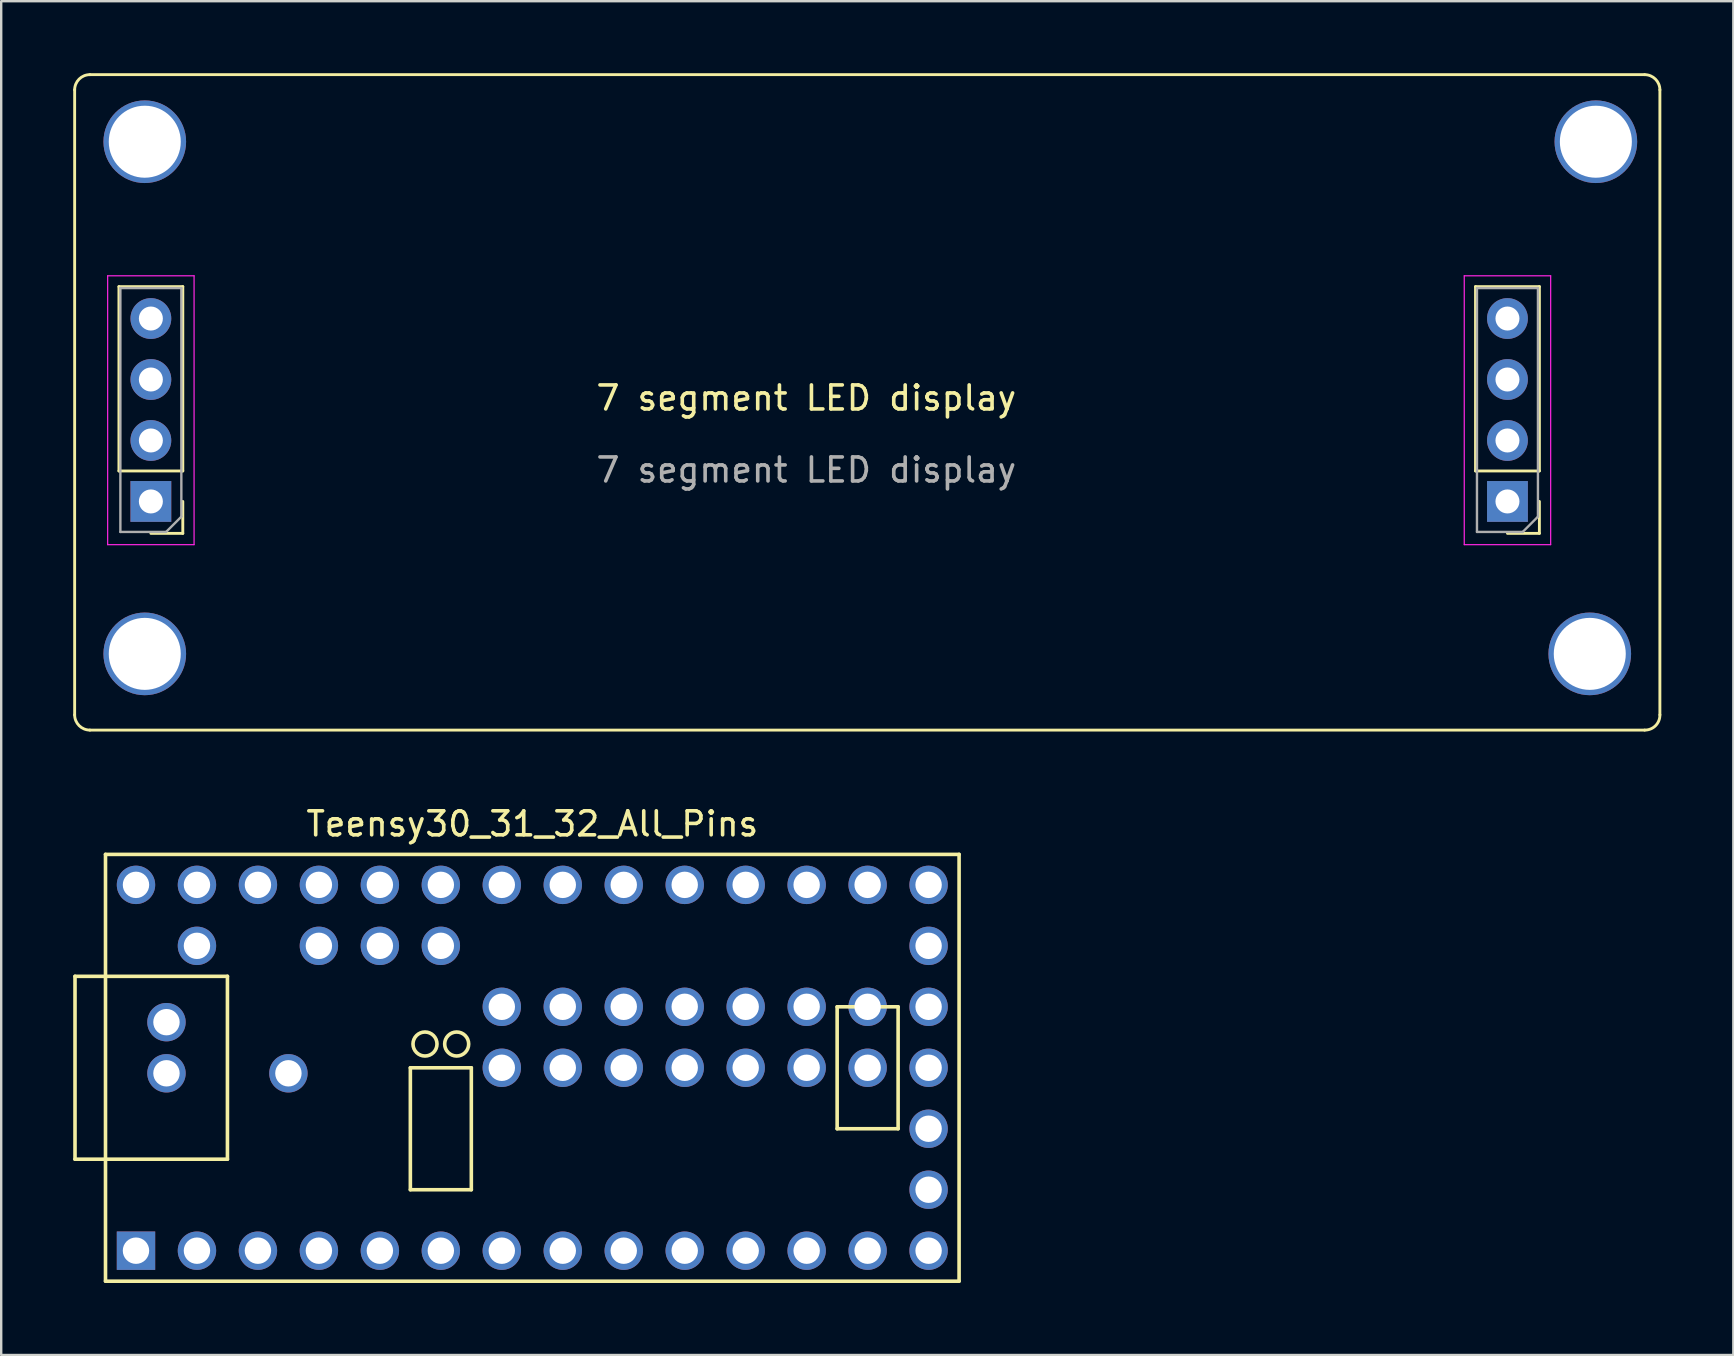
<source format=kicad_pcb>
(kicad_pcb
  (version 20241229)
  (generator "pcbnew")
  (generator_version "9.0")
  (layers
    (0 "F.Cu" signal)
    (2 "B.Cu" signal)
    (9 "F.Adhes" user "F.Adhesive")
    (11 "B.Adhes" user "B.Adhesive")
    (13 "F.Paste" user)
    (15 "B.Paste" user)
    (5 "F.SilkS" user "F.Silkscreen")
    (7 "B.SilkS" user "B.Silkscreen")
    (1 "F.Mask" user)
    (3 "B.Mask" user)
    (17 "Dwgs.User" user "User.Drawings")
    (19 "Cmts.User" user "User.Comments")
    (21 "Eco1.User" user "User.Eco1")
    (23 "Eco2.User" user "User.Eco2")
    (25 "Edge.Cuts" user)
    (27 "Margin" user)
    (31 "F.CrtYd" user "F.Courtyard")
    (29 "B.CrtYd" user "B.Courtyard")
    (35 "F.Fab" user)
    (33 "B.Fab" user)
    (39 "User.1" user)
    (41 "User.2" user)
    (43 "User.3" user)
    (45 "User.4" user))
  (footprint "7 segment LED display"
    (layer "F.Cu")
    (at 3.235 17.84)
    (property "Reference" "7 segment LED display" (at 27.305 -4.31 0) (unlocked yes) (layer "F.SilkS") (effects (font (size 1 1) (thickness 0.15))))
    (attr through_hole)
    (fp_line (start -3.175 -17.145) (end -3.175 8.89) (stroke (width 0.12) (type solid)) (layer "F.SilkS"))
    (fp_line (start -2.54 9.525) (end 62.23 9.525) (stroke (width 0.12) (type solid)) (layer "F.SilkS"))
    (fp_line (start -1.33 -1.27) (end -1.33 -8.95) (stroke (width 0.12) (type solid)) (layer "F.SilkS"))
    (fp_line (start 1.33 -8.95) (end -1.33 -8.95) (stroke (width 0.12) (type solid)) (layer "F.SilkS"))
    (fp_line (start 1.33 -1.27) (end -1.33 -1.27) (stroke (width 0.12) (type solid)) (layer "F.SilkS"))
    (fp_line (start 1.33 -1.27) (end 1.33 -8.95) (stroke (width 0.12) (type solid)) (layer "F.SilkS"))
    (fp_line (start 1.33 0) (end 1.33 1.33) (stroke (width 0.12) (type solid)) (layer "F.SilkS"))
    (fp_line (start 1.33 1.33) (end 0 1.33) (stroke (width 0.12) (type solid)) (layer "F.SilkS"))
    (fp_line (start 55.185 -1.27) (end 55.185 -8.95) (stroke (width 0.12) (type solid)) (layer "F.SilkS"))
    (fp_line (start 57.845 -8.95) (end 55.185 -8.95) (stroke (width 0.12) (type solid)) (layer "F.SilkS"))
    (fp_line (start 57.845 -1.27) (end 55.185 -1.27) (stroke (width 0.12) (type solid)) (layer "F.SilkS"))
    (fp_line (start 57.845 -1.27) (end 57.845 -8.95) (stroke (width 0.12) (type solid)) (layer "F.SilkS"))
    (fp_line (start 57.845 0) (end 57.845 1.33) (stroke (width 0.12) (type solid)) (layer "F.SilkS"))
    (fp_line (start 57.845 1.33) (end 56.515 1.33) (stroke (width 0.12) (type solid)) (layer "F.SilkS"))
    (fp_line (start 62.23 -17.78) (end -2.54 -17.78) (stroke (width 0.12) (type solid)) (layer "F.SilkS"))
    (fp_line (start 62.865 8.89) (end 62.865 -17.145) (stroke (width 0.12) (type solid)) (layer "F.SilkS"))
    (fp_arc (start -3.175 -17.145) (mid -2.989013 -17.594013) (end -2.54 -17.78) (stroke (width 0.12) (type solid)) (layer "F.SilkS"))
    (fp_arc (start -2.54 9.525) (mid -2.989013 9.339013) (end -3.175 8.89) (stroke (width 0.12) (type solid)) (layer "F.SilkS"))
    (fp_arc (start 62.23 -17.78) (mid 62.679013 -17.594013) (end 62.865 -17.145) (stroke (width 0.12) (type solid)) (layer "F.SilkS"))
    (fp_arc (start 62.865 8.89) (mid 62.682824 9.342824) (end 62.23 9.525) (stroke (width 0.12) (type solid)) (layer "F.SilkS"))
    (fp_line (start -1.8 -9.4) (end -1.8 1.8) (stroke (width 0.05) (type solid)) (layer "F.CrtYd"))
    (fp_line (start -1.8 1.8) (end 1.8 1.8) (stroke (width 0.05) (type solid)) (layer "F.CrtYd"))
    (fp_line (start 1.8 -9.4) (end -1.8 -9.4) (stroke (width 0.05) (type solid)) (layer "F.CrtYd"))
    (fp_line (start 1.8 1.8) (end 1.8 -9.4) (stroke (width 0.05) (type solid)) (layer "F.CrtYd"))
    (fp_line (start 54.715 -9.4) (end 54.715 1.8) (stroke (width 0.05) (type solid)) (layer "F.CrtYd"))
    (fp_line (start 54.715 1.8) (end 58.315 1.8) (stroke (width 0.05) (type solid)) (layer "F.CrtYd"))
    (fp_line (start 58.315 -9.4) (end 54.715 -9.4) (stroke (width 0.05) (type solid)) (layer "F.CrtYd"))
    (fp_line (start 58.315 1.8) (end 58.315 -9.4) (stroke (width 0.05) (type solid)) (layer "F.CrtYd"))
    (fp_line (start -1.27 -8.89) (end 1.27 -8.89) (stroke (width 0.1) (type solid)) (layer "F.Fab"))
    (fp_line (start -1.27 1.27) (end -1.27 -8.89) (stroke (width 0.1) (type solid)) (layer "F.Fab"))
    (fp_line (start 0.635 1.27) (end -1.27 1.27) (stroke (width 0.1) (type solid)) (layer "F.Fab"))
    (fp_line (start 1.27 -8.89) (end 1.27 0.635) (stroke (width 0.1) (type solid)) (layer "F.Fab"))
    (fp_line (start 1.27 0.635) (end 0.635 1.27) (stroke (width 0.1) (type solid)) (layer "F.Fab"))
    (fp_line (start 55.245 -8.89) (end 57.785 -8.89) (stroke (width 0.1) (type solid)) (layer "F.Fab"))
    (fp_line (start 55.245 1.27) (end 55.245 -8.89) (stroke (width 0.1) (type solid)) (layer "F.Fab"))
    (fp_line (start 57.15 1.27) (end 55.245 1.27) (stroke (width 0.1) (type solid)) (layer "F.Fab"))
    (fp_line (start 57.785 -8.89) (end 57.785 0.635) (stroke (width 0.1) (type solid)) (layer "F.Fab"))
    (fp_line (start 57.785 0.635) (end 57.15 1.27) (stroke (width 0.1) (type solid)) (layer "F.Fab"))
    (fp_text user "${REFERENCE}" (at 27.305 -1.31 0) (unlocked yes) (layer "F.Fab") (effects (font (size 1 1) (thickness 0.15))))
    (pad "0" thru_hole circle (at -0.254 -14.986 180) (size 3.443 3.443) (drill 3) (layers "*.Cu" "*.Mask"))
    (pad "0" thru_hole circle (at -0.254 6.35 180) (size 3.443 3.443) (drill 3) (layers "*.Cu" "*.Mask"))
    (pad "0" thru_hole circle (at 59.944 6.35 180) (size 3.443 3.443) (drill 3) (layers "*.Cu" "*.Mask"))
    (pad "0" thru_hole circle (at 60.198 -14.986 180) (size 3.443 3.443) (drill 3) (layers "*.Cu" "*.Mask"))
    (pad "1" thru_hole oval (at 0 -7.62 180) (size 1.7 1.7) (drill 1) (layers "*.Cu" "*.Mask"))
    (pad "1" thru_hole oval (at 56.515 -7.62 180) (size 1.7 1.7) (drill 1) (layers "*.Cu" "*.Mask"))
    (pad "2" thru_hole oval (at 0 -5.08 180) (size 1.7 1.7) (drill 1) (layers "*.Cu" "*.Mask"))
    (pad "2" thru_hole oval (at 56.515 -5.08 180) (size 1.7 1.7) (drill 1) (layers "*.Cu" "*.Mask"))
    (pad "3" thru_hole oval (at 0 -2.54 180) (size 1.7 1.7) (drill 1) (layers "*.Cu" "*.Mask"))
    (pad "3" thru_hole oval (at 56.515 -2.54 180) (size 1.7 1.7) (drill 1) (layers "*.Cu" "*.Mask"))
    (pad "4" thru_hole rect (at 0 0 180) (size 1.7 1.7) (drill 1) (layers "*.Cu" "*.Mask"))
    (pad "4" thru_hole rect (at 56.515 0 180) (size 1.7 1.7) (drill 1) (layers "*.Cu" "*.Mask")))
  (footprint "Teensy30_31_32_All_Pins"
    (layer "F.Cu")
    (at 19.125 41.433)
    (property "Reference" "Teensy30_31_32_All_Pins" (at 0 -10.16 0) (layer "F.SilkS") (effects (font (size 1 1) (thickness 0.15))))
    (attr through_hole)
    (fp_line (start -19.05 -3.81) (end -17.78 -3.81) (stroke (width 0.15) (type solid)) (layer "F.SilkS"))
    (fp_line (start -19.05 3.81) (end -19.05 -3.81) (stroke (width 0.15) (type solid)) (layer "F.SilkS"))
    (fp_line (start -17.78 -8.89) (end 17.78 -8.89) (stroke (width 0.15) (type solid)) (layer "F.SilkS"))
    (fp_line (start -17.78 3.81) (end -19.05 3.81) (stroke (width 0.15) (type solid)) (layer "F.SilkS"))
    (fp_line (start -17.78 8.89) (end -17.78 -8.89) (stroke (width 0.15) (type solid)) (layer "F.SilkS"))
    (fp_line (start -12.7 -3.81) (end -17.78 -3.81) (stroke (width 0.15) (type solid)) (layer "F.SilkS"))
    (fp_line (start -12.7 3.81) (end -17.78 3.81) (stroke (width 0.15) (type solid)) (layer "F.SilkS"))
    (fp_line (start -12.7 3.81) (end -12.7 -3.81) (stroke (width 0.15) (type solid)) (layer "F.SilkS"))
    (fp_line (start -5.08 0) (end -2.54 0) (stroke (width 0.15) (type solid)) (layer "F.SilkS"))
    (fp_line (start -5.08 5.08) (end -5.08 0) (stroke (width 0.15) (type solid)) (layer "F.SilkS"))
    (fp_line (start -2.54 0) (end -2.54 5.08) (stroke (width 0.15) (type solid)) (layer "F.SilkS"))
    (fp_line (start -2.54 5.08) (end -5.08 5.08) (stroke (width 0.15) (type solid)) (layer "F.SilkS"))
    (fp_line (start 12.7 -2.54) (end 15.24 -2.54) (stroke (width 0.15) (type solid)) (layer "F.SilkS"))
    (fp_line (start 12.7 2.54) (end 12.7 -2.54) (stroke (width 0.15) (type solid)) (layer "F.SilkS"))
    (fp_line (start 15.24 -2.54) (end 15.24 2.54) (stroke (width 0.15) (type solid)) (layer "F.SilkS"))
    (fp_line (start 15.24 2.54) (end 12.7 2.54) (stroke (width 0.15) (type solid)) (layer "F.SilkS"))
    (fp_line (start 17.78 -8.89) (end 17.78 8.89) (stroke (width 0.15) (type solid)) (layer "F.SilkS"))
    (fp_line (start 17.78 8.89) (end -17.78 8.89) (stroke (width 0.15) (type solid)) (layer "F.SilkS"))
    (fp_circle (center -4.47 -0.99) (end -3.97 -0.99) (stroke (width 0.15) (type solid)) (fill no) (layer "F.SilkS"))
    (fp_circle (center -3.15 -0.99) (end -2.65 -0.99) (stroke (width 0.15) (type solid)) (fill no) (layer "F.SilkS"))
    (pad "1" thru_hole rect (at -16.51 7.62) (size 1.6 1.6) (drill 1.1) (layers "*.Cu" "*.Mask"))
    (pad "2" thru_hole circle (at -13.97 7.62) (size 1.6 1.6) (drill 1.1) (layers "*.Cu" "*.Mask"))
    (pad "3" thru_hole circle (at -11.43 7.62) (size 1.6 1.6) (drill 1.1) (layers "*.Cu" "*.Mask"))
    (pad "4" thru_hole circle (at -8.89 7.62) (size 1.6 1.6) (drill 1.1) (layers "*.Cu" "*.Mask"))
    (pad "5" thru_hole circle (at -6.35 7.62) (size 1.6 1.6) (drill 1.1) (layers "*.Cu" "*.Mask"))
    (pad "6" thru_hole circle (at -3.81 7.62) (size 1.6 1.6) (drill 1.1) (layers "*.Cu" "*.Mask"))
    (pad "7" thru_hole circle (at -1.27 7.62) (size 1.6 1.6) (drill 1.1) (layers "*.Cu" "*.Mask"))
    (pad "8" thru_hole circle (at 1.27 7.62) (size 1.6 1.6) (drill 1.1) (layers "*.Cu" "*.Mask"))
    (pad "9" thru_hole circle (at 3.81 7.62) (size 1.6 1.6) (drill 1.1) (layers "*.Cu" "*.Mask"))
    (pad "10" thru_hole circle (at 6.35 7.62) (size 1.6 1.6) (drill 1.1) (layers "*.Cu" "*.Mask"))
    (pad "11" thru_hole circle (at 8.89 7.62) (size 1.6 1.6) (drill 1.1) (layers "*.Cu" "*.Mask"))
    (pad "12" thru_hole circle (at 11.43 7.62) (size 1.6 1.6) (drill 1.1) (layers "*.Cu" "*.Mask"))
    (pad "13" thru_hole circle (at 13.97 7.62) (size 1.6 1.6) (drill 1.1) (layers "*.Cu" "*.Mask"))
    (pad "14" thru_hole circle (at 16.51 7.62) (size 1.6 1.6) (drill 1.1) (layers "*.Cu" "*.Mask"))
    (pad "15" thru_hole circle (at 16.51 5.08) (size 1.6 1.6) (drill 1.1) (layers "*.Cu" "*.Mask"))
    (pad "16" thru_hole circle (at 16.51 2.54) (size 1.6 1.6) (drill 1.1) (layers "*.Cu" "*.Mask"))
    (pad "17" thru_hole circle (at 16.51 0) (size 1.6 1.6) (drill 1.1) (layers "*.Cu" "*.Mask"))
    (pad "18" thru_hole circle (at 16.51 -2.54) (size 1.6 1.6) (drill 1.1) (layers "*.Cu" "*.Mask"))
    (pad "19" thru_hole circle (at 16.51 -5.08) (size 1.6 1.6) (drill 1.1) (layers "*.Cu" "*.Mask"))
    (pad "20" thru_hole circle (at 16.51 -7.62) (size 1.6 1.6) (drill 1.1) (layers "*.Cu" "*.Mask"))
    (pad "21" thru_hole circle (at 13.97 -7.62) (size 1.6 1.6) (drill 1.1) (layers "*.Cu" "*.Mask"))
    (pad "22" thru_hole circle (at 11.43 -7.62) (size 1.6 1.6) (drill 1.1) (layers "*.Cu" "*.Mask"))
    (pad "23" thru_hole circle (at 8.89 -7.62) (size 1.6 1.6) (drill 1.1) (layers "*.Cu" "*.Mask"))
    (pad "24" thru_hole circle (at 6.35 -7.62) (size 1.6 1.6) (drill 1.1) (layers "*.Cu" "*.Mask"))
    (pad "25" thru_hole circle (at 3.81 -7.62) (size 1.6 1.6) (drill 1.1) (layers "*.Cu" "*.Mask"))
    (pad "26" thru_hole circle (at 1.27 -7.62) (size 1.6 1.6) (drill 1.1) (layers "*.Cu" "*.Mask"))
    (pad "27" thru_hole circle (at -1.27 -7.62) (size 1.6 1.6) (drill 1.1) (layers "*.Cu" "*.Mask"))
    (pad "28" thru_hole circle (at -3.81 -7.62) (size 1.6 1.6) (drill 1.1) (layers "*.Cu" "*.Mask"))
    (pad "29" thru_hole circle (at -6.35 -7.62) (size 1.6 1.6) (drill 1.1) (layers "*.Cu" "*.Mask"))
    (pad "30" thru_hole circle (at -8.89 -7.62) (size 1.6 1.6) (drill 1.1) (layers "*.Cu" "*.Mask"))
    (pad "31" thru_hole circle (at -11.43 -7.62) (size 1.6 1.6) (drill 1.1) (layers "*.Cu" "*.Mask"))
    (pad "32" thru_hole circle (at -13.97 -7.62) (size 1.6 1.6) (drill 1.1) (layers "*.Cu" "*.Mask"))
    (pad "33" thru_hole circle (at -16.51 -7.62) (size 1.6 1.6) (drill 1.1) (layers "*.Cu" "*.Mask"))
    (pad "34" thru_hole circle (at -13.97 -5.08) (size 1.6 1.6) (drill 1.1) (layers "*.Cu" "*.Mask"))
    (pad "35" thru_hole circle (at -8.89 -5.08) (size 1.6 1.6) (drill 1.1) (layers "*.Cu" "*.Mask"))
    (pad "36" thru_hole circle (at -6.35 -5.08) (size 1.6 1.6) (drill 1.1) (layers "*.Cu" "*.Mask"))
    (pad "37" thru_hole circle (at -3.81 -5.08) (size 1.6 1.6) (drill 1.1) (layers "*.Cu" "*.Mask"))
    (pad "38" thru_hole circle (at -10.16 0.23) (size 1.6 1.6) (drill 1.1) (layers "*.Cu" "*.Mask"))
    (pad "39" thru_hole circle (at -15.24 0.23) (size 1.6 1.6) (drill 1.1) (layers "*.Cu" "*.Mask"))
    (pad "40" thru_hole circle (at -15.24 -1.9) (size 1.6 1.6) (drill 1.1) (layers "*.Cu" "*.Mask"))
    (pad "41" thru_hole circle (at -1.27 -2.54) (size 1.6 1.6) (drill 1.1) (layers "*.Cu" "*.Mask"))
    (pad "42" thru_hole circle (at 1.27 -2.54) (size 1.6 1.6) (drill 1.1) (layers "*.Cu" "*.Mask"))
    (pad "43" thru_hole circle (at 3.81 -2.54) (size 1.6 1.6) (drill 1.1) (layers "*.Cu" "*.Mask"))
    (pad "44" thru_hole circle (at 6.35 -2.54 90) (size 1.6 1.6) (drill 1.1) (layers "*.Cu" "*.Mask"))
    (pad "45" thru_hole circle (at 8.89 -2.54) (size 1.6 1.6) (drill 1.1) (layers "*.Cu" "*.Mask"))
    (pad "46" thru_hole circle (at 11.43 -2.54) (size 1.6 1.6) (drill 1.1) (layers "*.Cu" "*.Mask"))
    (pad "47" thru_hole circle (at 13.97 -2.54) (size 1.6 1.6) (drill 1.1) (layers "*.Cu" "*.Mask"))
    (pad "48" thru_hole circle (at 13.97 0) (size 1.6 1.6) (drill 1.1) (layers "*.Cu" "*.Mask"))
    (pad "49" thru_hole circle (at 11.43 0) (size 1.6 1.6) (drill 1.1) (layers "*.Cu" "*.Mask"))
    (pad "50" thru_hole circle (at 8.89 0) (size 1.6 1.6) (drill 1.1) (layers "*.Cu" "*.Mask"))
    (pad "51" thru_hole circle (at 6.35 0) (size 1.6 1.6) (drill 1.1) (layers "*.Cu" "*.Mask"))
    (pad "52" thru_hole circle (at 3.81 0) (size 1.6 1.6) (drill 1.1) (layers "*.Cu" "*.Mask"))
    (pad "53" thru_hole circle (at 1.27 0) (size 1.6 1.6) (drill 1.1) (layers "*.Cu" "*.Mask"))
    (pad "54" thru_hole circle (at -1.27 0) (size 1.6 1.6) (drill 1.1) (layers "*.Cu" "*.Mask")))
  (gr_rect
    (start -3 -3)
    (end 69.16 53.398)
    (stroke (width 0.1) (type default))
    (fill no)
    (layer "Edge.Cuts")))
</source>
